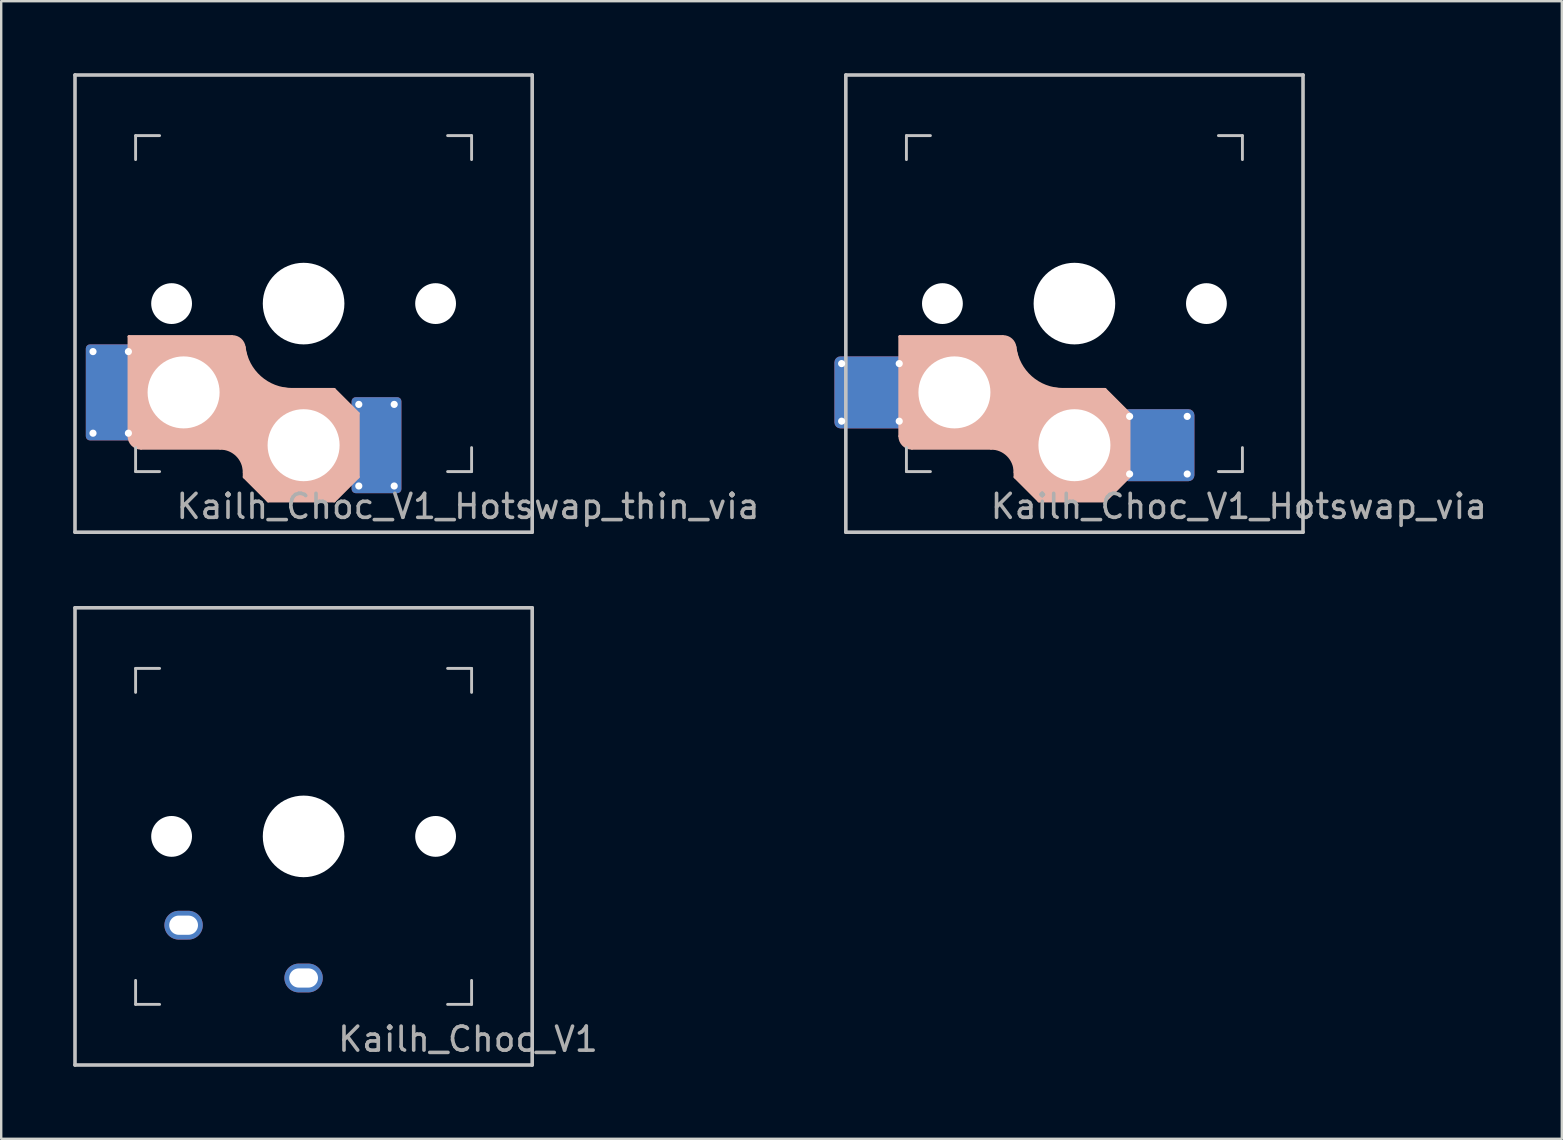
<source format=kicad_pcb>
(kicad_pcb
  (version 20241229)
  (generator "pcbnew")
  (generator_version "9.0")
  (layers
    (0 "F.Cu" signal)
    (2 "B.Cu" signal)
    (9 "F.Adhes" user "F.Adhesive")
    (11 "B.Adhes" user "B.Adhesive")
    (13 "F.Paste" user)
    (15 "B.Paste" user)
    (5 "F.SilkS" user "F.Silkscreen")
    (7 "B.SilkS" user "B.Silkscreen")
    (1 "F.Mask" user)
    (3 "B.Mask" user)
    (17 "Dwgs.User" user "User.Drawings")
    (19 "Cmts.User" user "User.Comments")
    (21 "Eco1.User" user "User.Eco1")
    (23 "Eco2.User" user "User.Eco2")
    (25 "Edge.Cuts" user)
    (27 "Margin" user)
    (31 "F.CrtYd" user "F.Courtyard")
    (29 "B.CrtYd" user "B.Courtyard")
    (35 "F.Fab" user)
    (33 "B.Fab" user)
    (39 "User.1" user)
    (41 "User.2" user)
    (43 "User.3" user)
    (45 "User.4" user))
  (footprint "Kailh_Choc_V1_Hotswap_via"
    (layer "F.Cu")
    (at 41.718 9.6)
    (property "Reference" "Kailh_Choc_V1_Hotswap_via" (at 6.85 8.45 0) (layer "F.Fab") (effects (font (size 1 1) (thickness 0.15))))
    (attr smd)
    (fp_line (start -9.5 2.9) (end -9.5 4.5) (stroke (width 0.12) (type solid)) (layer "B.Mask"))
    (fp_line (start -9.3 4.7) (end -7.7 4.7) (stroke (width 0.12) (type solid)) (layer "B.Mask"))
    (fp_line (start -7.7 2.7) (end -9.3 2.7) (stroke (width 0.12) (type solid)) (layer "B.Mask"))
    (fp_line (start -7.5 4.5) (end -7.5 2.9) (stroke (width 0.12) (type solid)) (layer "B.Mask"))
    (fp_line (start 2.5 5.1) (end 2.5 6.7) (stroke (width 0.12) (type solid)) (layer "B.Mask"))
    (fp_line (start 2.7 6.9) (end 4.3 6.9) (stroke (width 0.12) (type solid)) (layer "B.Mask"))
    (fp_line (start 4.3 4.9) (end 2.7 4.9) (stroke (width 0.12) (type solid)) (layer "B.Mask"))
    (fp_line (start 4.5 6.7) (end 4.5 5.1) (stroke (width 0.12) (type solid)) (layer "B.Mask"))
    (fp_arc (start -9.5 2.9) (mid -9.441421 2.758579) (end -9.3 2.7) (stroke (width 0.12) (type solid)) (layer "B.Mask"))
    (fp_arc (start -9.3 4.7) (mid -9.441421 4.641421) (end -9.5 4.5) (stroke (width 0.12) (type solid)) (layer "B.Mask"))
    (fp_arc (start -7.7 2.7) (mid -7.558579 2.758579) (end -7.5 2.9) (stroke (width 0.12) (type solid)) (layer "B.Mask"))
    (fp_arc (start -7.5 4.5) (mid -7.558579 4.641421) (end -7.7 4.7) (stroke (width 0.12) (type solid)) (layer "B.Mask"))
    (fp_arc (start 2.5 5.1) (mid 2.558579 4.958579) (end 2.7 4.9) (stroke (width 0.12) (type solid)) (layer "B.Mask"))
    (fp_arc (start 2.7 6.9) (mid 2.558579 6.841421) (end 2.5 6.7) (stroke (width 0.12) (type solid)) (layer "B.Mask"))
    (fp_arc (start 4.3 4.9) (mid 4.441421 4.958579) (end 4.5 5.1) (stroke (width 0.12) (type solid)) (layer "B.Mask"))
    (fp_arc (start 4.5 6.7) (mid 4.441421 6.841421) (end 4.3 6.9) (stroke (width 0.12) (type solid)) (layer "B.Mask"))
    (fp_poly (pts (xy -9.5 4.5) (xy -9.5 2.9) (xy -9.3 2.7) (xy -7.7 2.7) (xy -7.5 2.9) (xy -7.5 4.5) (xy -7.7 4.7) (xy -9.3 4.7)) (stroke (width 0.1) (type solid)) (fill yes) (layer "B.Mask"))
    (fp_poly (pts (xy 2.5 6.7) (xy 2.5 5.1) (xy 2.7 4.9) (xy 4.3 4.9) (xy 4.5 5.1) (xy 4.5 6.7) (xy 4.3 6.9) (xy 2.7 6.9)) (stroke (width 0.1) (type solid)) (fill yes) (layer "B.Mask"))
    (fp_line (start -7.275 1.375) (end -7.275 5.525) (stroke (width 0.12) (type solid)) (layer "B.SilkS"))
    (fp_line (start -6.775 6.025) (end -3.475 6.025) (stroke (width 0.12) (type solid)) (layer "B.SilkS"))
    (fp_line (start -3 1.375) (end -7.275 1.375) (stroke (width 0.12) (type solid)) (layer "B.SilkS"))
    (fp_line (start -2.475 7.225) (end -2.475 7.025) (stroke (width 0.12) (type solid)) (layer "B.SilkS"))
    (fp_line (start -1.475 8.225) (end -2.475 7.225) (stroke (width 0.12) (type solid)) (layer "B.SilkS"))
    (fp_line (start -0.489 3.575) (end 1.275 3.575) (stroke (width 0.12) (type solid)) (layer "B.SilkS"))
    (fp_line (start 1.275 3.575) (end 2.275 4.575) (stroke (width 0.12) (type solid)) (layer "B.SilkS"))
    (fp_line (start 1.275 8.225) (end -1.475 8.225) (stroke (width 0.12) (type solid)) (layer "B.SilkS"))
    (fp_line (start 2.275 4.575) (end 2.275 7.225) (stroke (width 0.12) (type solid)) (layer "B.SilkS"))
    (fp_line (start 2.275 7.225) (end 1.275 8.225) (stroke (width 0.12) (type solid)) (layer "B.SilkS"))
    (fp_arc (start -6.775 6.025) (mid -7.128553 5.878553) (end -7.275 5.525) (stroke (width 0.12) (type solid)) (layer "B.SilkS"))
    (fp_arc (start -3.475 6.025) (mid -2.767893 6.317893) (end -2.475 7.025) (stroke (width 0.12) (type solid)) (layer "B.SilkS"))
    (fp_arc (start -2.971387 1.375) (mid -2.63975 1.500812) (end -2.475008 1.814932) (stroke (width 0.12) (type solid)) (layer "B.SilkS"))
    (fp_arc (start -0.489452 3.575) (mid -1.815999 3.071754) (end -2.474967 1.815274) (stroke (width 0.12) (type solid)) (layer "B.SilkS"))
    (fp_poly (pts (xy -2.673 1.538) (xy -2.475 1.815) (xy -2.305 2.527) (xy -1.849 3.109) (xy -1.217 3.492) (xy -0.489 3.575) (xy 1.275 3.575) (xy 2.275 4.575) (xy 2.275 7.225) (xy 1.275 8.225) (xy -1.475 8.225) (xy -2.475 7.225) (xy -2.5 6.623) (xy -2.733 6.283) (xy -3.073 6.055) (xy -3.475 6.025) (xy -6.775 6.025) (xy -7.093 5.843) (xy -7.275 5.525) (xy -7.275 1.375) (xy -2.971 1.375)) (stroke (width 0.08) (type solid)) (fill yes) (layer "B.SilkS"))
    (fp_line (start -9.5 2.9) (end -9.5 4.5) (stroke (width 0.12) (type solid)) (layer "B.Paste"))
    (fp_line (start -9.3 4.7) (end -7.7 4.7) (stroke (width 0.12) (type solid)) (layer "B.Paste"))
    (fp_line (start -7.7 2.7) (end -9.3 2.7) (stroke (width 0.12) (type solid)) (layer "B.Paste"))
    (fp_line (start -7.5 4.5) (end -7.5 2.9) (stroke (width 0.12) (type solid)) (layer "B.Paste"))
    (fp_line (start 2.5 6.7) (end 2.5 5.1) (stroke (width 0.12) (type solid)) (layer "B.Paste"))
    (fp_line (start 2.7 4.9) (end 4.3 4.9) (stroke (width 0.12) (type solid)) (layer "B.Paste"))
    (fp_line (start 4.3 6.9) (end 2.7 6.9) (stroke (width 0.12) (type solid)) (layer "B.Paste"))
    (fp_line (start 4.5 5.1) (end 4.5 6.7) (stroke (width 0.12) (type solid)) (layer "B.Paste"))
    (fp_arc (start -9.5 2.9) (mid -9.441421 2.758579) (end -9.3 2.7) (stroke (width 0.12) (type solid)) (layer "B.Paste"))
    (fp_arc (start -9.3 4.7) (mid -9.441421 4.641421) (end -9.5 4.5) (stroke (width 0.12) (type solid)) (layer "B.Paste"))
    (fp_arc (start -7.7 2.7) (mid -7.558579 2.758579) (end -7.5 2.9) (stroke (width 0.12) (type solid)) (layer "B.Paste"))
    (fp_arc (start -7.5 4.5) (mid -7.558579 4.641421) (end -7.7 4.7) (stroke (width 0.12) (type solid)) (layer "B.Paste"))
    (fp_arc (start 2.5 5.1) (mid 2.558579 4.958579) (end 2.7 4.9) (stroke (width 0.12) (type solid)) (layer "B.Paste"))
    (fp_arc (start 2.7 6.9) (mid 2.558579 6.841421) (end 2.5 6.7) (stroke (width 0.12) (type solid)) (layer "B.Paste"))
    (fp_arc (start 4.3 4.9) (mid 4.441421 4.958579) (end 4.5 5.1) (stroke (width 0.12) (type solid)) (layer "B.Paste"))
    (fp_arc (start 4.5 6.7) (mid 4.441421 6.841421) (end 4.3 6.9) (stroke (width 0.12) (type solid)) (layer "B.Paste"))
    (fp_poly (pts (xy -9.5 4.5) (xy -9.5 2.9) (xy -9.3 2.7) (xy -7.7 2.7) (xy -7.5 2.9) (xy -7.5 4.5) (xy -7.7 4.7) (xy -9.3 4.7)) (stroke (width 0.1) (type solid)) (fill yes) (layer "B.Paste"))
    (fp_poly (pts (xy 2.5 6.7) (xy 2.5 5.1) (xy 2.7 4.9) (xy 4.3 4.9) (xy 4.5 5.1) (xy 4.5 6.7) (xy 4.3 6.9) (xy 2.7 6.9)) (stroke (width 0.1) (type solid)) (fill yes) (layer "B.Paste"))
    (fp_line (start -9.525 -9.525) (end 9.525 -9.525) (stroke (width 0.15) (type solid)) (layer "Dwgs.User"))
    (fp_line (start -9.525 9.525) (end -9.525 -9.525) (stroke (width 0.15) (type solid)) (layer "Dwgs.User"))
    (fp_line (start -7 -7) (end -7 -6) (stroke (width 0.12) (type solid)) (layer "Dwgs.User"))
    (fp_line (start -7 -7) (end -6 -7) (stroke (width 0.12) (type solid)) (layer "Dwgs.User"))
    (fp_line (start -7 7) (end -7 6) (stroke (width 0.12) (type solid)) (layer "Dwgs.User"))
    (fp_line (start -7 7) (end -6 7) (stroke (width 0.12) (type solid)) (layer "Dwgs.User"))
    (fp_line (start 7 -7) (end 6 -7) (stroke (width 0.12) (type solid)) (layer "Dwgs.User"))
    (fp_line (start 7 -7) (end 7 -6) (stroke (width 0.12) (type solid)) (layer "Dwgs.User"))
    (fp_line (start 7 7) (end 6 7) (stroke (width 0.12) (type solid)) (layer "Dwgs.User"))
    (fp_line (start 7 7) (end 7 6) (stroke (width 0.12) (type solid)) (layer "Dwgs.User"))
    (fp_line (start 9.525 -9.525) (end 9.525 9.525) (stroke (width 0.15) (type solid)) (layer "Dwgs.User"))
    (fp_line (start 9.525 9.525) (end -9.525 9.525) (stroke (width 0.15) (type solid)) (layer "Dwgs.User"))
    (pad "" np_thru_hole circle (at -5.5 0) (size 1.7 1.7) (drill 1.7) (layers "*.Cu" "*.Mask"))
    (pad "" np_thru_hole circle (at -5 3.7) (size 3 3) (drill 3) (layers "*.Cu" "*.Mask"))
    (pad "" np_thru_hole circle (at 0 0) (size 3.4 3.4) (drill 3.4) (layers "*.Cu" "*.Mask"))
    (pad "" np_thru_hole circle (at 0 5.9) (size 3 3) (drill 3) (layers "*.Cu" "*.Mask"))
    (pad "" np_thru_hole circle (at 5.5 0) (size 1.7 1.7) (drill 1.7) (layers "*.Cu" "*.Mask"))
    (pad "1" thru_hole circle (at -9.7 2.5 180) (size 0.5 0.5) (drill 0.3) (layers "*.Cu"))
    (pad "1" thru_hole circle (at -9.7 4.9 180) (size 0.5 0.5) (drill 0.3) (layers "*.Cu"))
    (pad "1" smd roundrect (at -8.5 3.7 180) (size 3 3) (layers "F.Cu") (roundrect_rratio 0.083))
    (pad "1" smd roundrect (at -8.5 3.7 180) (size 3 3) (layers "B.Cu") (roundrect_rratio 0.083))
    (pad "1" thru_hole circle (at -7.3 2.5 180) (size 0.5 0.5) (drill 0.3) (layers "*.Cu"))
    (pad "1" thru_hole circle (at -7.3 4.9 180) (size 0.5 0.5) (drill 0.3) (layers "*.Cu"))
    (pad "2" thru_hole circle (at 2.3 4.7 180) (size 0.5 0.5) (drill 0.3) (layers "*.Cu"))
    (pad "2" thru_hole circle (at 2.3 7.1 180) (size 0.5 0.5) (drill 0.3) (layers "*.Cu"))
    (pad "2" smd roundrect (at 3.5 5.9 180) (size 3 3) (layers "F.Cu") (roundrect_rratio 0.083))
    (pad "2" smd roundrect (at 3.5 5.9 180) (size 3 3) (layers "B.Cu") (roundrect_rratio 0.083))
    (pad "2" thru_hole circle (at 4.7 4.7 180) (size 0.5 0.5) (drill 0.3) (layers "*.Cu"))
    (pad "2" thru_hole circle (at 4.7 7.1 180) (size 0.5 0.5) (drill 0.3) (layers "*.Cu")))
  (footprint "Kailh_Choc_V1_Hotswap_thin_via"
    (layer "F.Cu")
    (at 9.6 9.6)
    (property "Reference" "Kailh_Choc_V1_Hotswap_thin_via" (at 6.85 8.45 0) (layer "F.Fab") (effects (font (size 1 1) (thickness 0.15))))
    (attr smd)
    (fp_line (start -9.015 2.65) (end -9.015 4.75) (stroke (width 0.12) (type solid)) (layer "B.Mask"))
    (fp_line (start -8.815 4.95) (end -7.7 4.95) (stroke (width 0.12) (type solid)) (layer "B.Mask"))
    (fp_line (start -7.7 2.45) (end -8.815 2.45) (stroke (width 0.12) (type solid)) (layer "B.Mask"))
    (fp_line (start -7.5 4.75) (end -7.5 2.65) (stroke (width 0.12) (type solid)) (layer "B.Mask"))
    (fp_line (start 2.5 4.85) (end 2.5 6.95) (stroke (width 0.12) (type solid)) (layer "B.Mask"))
    (fp_line (start 2.7 7.15) (end 3.815 7.15) (stroke (width 0.12) (type solid)) (layer "B.Mask"))
    (fp_line (start 3.815 4.65) (end 2.7 4.65) (stroke (width 0.12) (type solid)) (layer "B.Mask"))
    (fp_line (start 4.015 6.95) (end 4.015 4.85) (stroke (width 0.12) (type solid)) (layer "B.Mask"))
    (fp_arc (start -9.015 2.65) (mid -8.956421 2.508579) (end -8.815 2.45) (stroke (width 0.12) (type solid)) (layer "B.Mask"))
    (fp_arc (start -8.815 4.95) (mid -8.956421 4.891421) (end -9.015 4.75) (stroke (width 0.12) (type solid)) (layer "B.Mask"))
    (fp_arc (start -7.7 2.45) (mid -7.558579 2.508579) (end -7.5 2.65) (stroke (width 0.12) (type solid)) (layer "B.Mask"))
    (fp_arc (start -7.5 4.75) (mid -7.558579 4.891421) (end -7.7 4.95) (stroke (width 0.12) (type solid)) (layer "B.Mask"))
    (fp_arc (start 2.5 4.85) (mid 2.558579 4.708579) (end 2.7 4.65) (stroke (width 0.12) (type solid)) (layer "B.Mask"))
    (fp_arc (start 2.7 7.15) (mid 2.558579 7.091421) (end 2.5 6.95) (stroke (width 0.12) (type solid)) (layer "B.Mask"))
    (fp_arc (start 3.815 4.65) (mid 3.956421 4.708579) (end 4.015 4.85) (stroke (width 0.12) (type solid)) (layer "B.Mask"))
    (fp_arc (start 4.015 6.95) (mid 3.956421 7.091421) (end 3.815 7.15) (stroke (width 0.12) (type solid)) (layer "B.Mask"))
    (fp_poly (pts (xy -9.015 4.75) (xy -9.015 2.65) (xy -8.815 2.45) (xy -7.7 2.45) (xy -7.5 2.65) (xy -7.5 4.75) (xy -7.7 4.95) (xy -8.815 4.95)) (stroke (width 0.1) (type solid)) (fill yes) (layer "B.Mask"))
    (fp_poly (pts (xy 2.5 6.95) (xy 2.5 4.85) (xy 2.7 4.65) (xy 3.815 4.65) (xy 4.015 4.85) (xy 4.015 6.95) (xy 3.815 7.15) (xy 2.7 7.15)) (stroke (width 0.1) (type solid)) (fill yes) (layer "B.Mask"))
    (fp_line (start -7.275 1.375) (end -7.275 5.525) (stroke (width 0.12) (type solid)) (layer "B.SilkS"))
    (fp_line (start -6.775 6.025) (end -3.475 6.025) (stroke (width 0.12) (type solid)) (layer "B.SilkS"))
    (fp_line (start -3 1.375) (end -7.275 1.375) (stroke (width 0.12) (type solid)) (layer "B.SilkS"))
    (fp_line (start -2.475 7.225) (end -2.475 7.025) (stroke (width 0.12) (type solid)) (layer "B.SilkS"))
    (fp_line (start -1.475 8.225) (end -2.475 7.225) (stroke (width 0.12) (type solid)) (layer "B.SilkS"))
    (fp_line (start -0.489 3.575) (end 1.275 3.575) (stroke (width 0.12) (type solid)) (layer "B.SilkS"))
    (fp_line (start 1.275 3.575) (end 2.275 4.575) (stroke (width 0.12) (type solid)) (layer "B.SilkS"))
    (fp_line (start 1.275 8.225) (end -1.475 8.225) (stroke (width 0.12) (type solid)) (layer "B.SilkS"))
    (fp_line (start 2.275 4.575) (end 2.275 7.225) (stroke (width 0.12) (type solid)) (layer "B.SilkS"))
    (fp_line (start 2.275 7.225) (end 1.275 8.225) (stroke (width 0.12) (type solid)) (layer "B.SilkS"))
    (fp_arc (start -6.775 6.025) (mid -7.128553 5.878553) (end -7.275 5.525) (stroke (width 0.12) (type solid)) (layer "B.SilkS"))
    (fp_arc (start -3.475 6.025) (mid -2.767893 6.317893) (end -2.475 7.025) (stroke (width 0.12) (type solid)) (layer "B.SilkS"))
    (fp_arc (start -2.971387 1.375) (mid -2.63975 1.500812) (end -2.475008 1.814932) (stroke (width 0.12) (type solid)) (layer "B.SilkS"))
    (fp_arc (start -0.489452 3.575) (mid -1.815999 3.071754) (end -2.474967 1.815274) (stroke (width 0.12) (type solid)) (layer "B.SilkS"))
    (fp_poly (pts (xy -2.673 1.538) (xy -2.475 1.815) (xy -2.305 2.527) (xy -1.849 3.109) (xy -1.217 3.492) (xy -0.489 3.575) (xy 1.275 3.575) (xy 2.275 4.575) (xy 2.275 7.225) (xy 1.275 8.225) (xy -1.475 8.225) (xy -2.475 7.225) (xy -2.5 6.623) (xy -2.733 6.283) (xy -3.073 6.055) (xy -3.475 6.025) (xy -6.775 6.025) (xy -7.093 5.843) (xy -7.275 5.525) (xy -7.275 1.375) (xy -2.971 1.375)) (stroke (width 0.08) (type solid)) (fill yes) (layer "B.SilkS"))
    (fp_line (start -9.015 2.65) (end -9.015 4.75) (stroke (width 0.12) (type solid)) (layer "B.Paste"))
    (fp_line (start -8.815 4.95) (end -7.7 4.95) (stroke (width 0.12) (type solid)) (layer "B.Paste"))
    (fp_line (start -7.7 2.45) (end -8.815 2.45) (stroke (width 0.12) (type solid)) (layer "B.Paste"))
    (fp_line (start -7.5 4.75) (end -7.5 2.65) (stroke (width 0.12) (type solid)) (layer "B.Paste"))
    (fp_line (start 2.5 6.95) (end 2.5 4.85) (stroke (width 0.12) (type solid)) (layer "B.Paste"))
    (fp_line (start 2.7 4.65) (end 3.815 4.65) (stroke (width 0.12) (type solid)) (layer "B.Paste"))
    (fp_line (start 3.815 7.15) (end 2.7 7.15) (stroke (width 0.12) (type solid)) (layer "B.Paste"))
    (fp_line (start 4.015 4.85) (end 4.015 6.95) (stroke (width 0.12) (type solid)) (layer "B.Paste"))
    (fp_arc (start -9.015 2.65) (mid -8.956421 2.508579) (end -8.815 2.45) (stroke (width 0.12) (type solid)) (layer "B.Paste"))
    (fp_arc (start -8.815 4.95) (mid -8.956421 4.891421) (end -9.015 4.75) (stroke (width 0.12) (type solid)) (layer "B.Paste"))
    (fp_arc (start -7.7 2.45) (mid -7.558579 2.508579) (end -7.5 2.65) (stroke (width 0.12) (type solid)) (layer "B.Paste"))
    (fp_arc (start -7.5 4.75) (mid -7.558579 4.891421) (end -7.7 4.95) (stroke (width 0.12) (type solid)) (layer "B.Paste"))
    (fp_arc (start 2.5 4.85) (mid 2.558579 4.708579) (end 2.7 4.65) (stroke (width 0.12) (type solid)) (layer "B.Paste"))
    (fp_arc (start 2.7 7.15) (mid 2.558579 7.091421) (end 2.5 6.95) (stroke (width 0.12) (type solid)) (layer "B.Paste"))
    (fp_arc (start 3.815 4.65) (mid 3.956421 4.708579) (end 4.015 4.85) (stroke (width 0.12) (type solid)) (layer "B.Paste"))
    (fp_arc (start 4.015 6.95) (mid 3.956421 7.091421) (end 3.815 7.15) (stroke (width 0.12) (type solid)) (layer "B.Paste"))
    (fp_poly (pts (xy -9.015 4.75) (xy -9.015 2.65) (xy -8.815 2.45) (xy -7.7 2.45) (xy -7.5 2.65) (xy -7.5 4.75) (xy -7.7 4.95) (xy -8.815 4.95)) (stroke (width 0.1) (type solid)) (fill yes) (layer "B.Paste"))
    (fp_poly (pts (xy 2.5 6.95) (xy 2.5 4.85) (xy 2.7 4.65) (xy 3.815 4.65) (xy 4.015 4.85) (xy 4.015 6.95) (xy 3.815 7.15) (xy 2.7 7.15)) (stroke (width 0.1) (type solid)) (fill yes) (layer "B.Paste"))
    (fp_line (start -9.525 -9.525) (end 9.525 -9.525) (stroke (width 0.15) (type solid)) (layer "Dwgs.User"))
    (fp_line (start -9.525 9.525) (end -9.525 -9.525) (stroke (width 0.15) (type solid)) (layer "Dwgs.User"))
    (fp_line (start -7 -7) (end -7 -6) (stroke (width 0.12) (type solid)) (layer "Dwgs.User"))
    (fp_line (start -7 -7) (end -6 -7) (stroke (width 0.12) (type solid)) (layer "Dwgs.User"))
    (fp_line (start -7 7) (end -7 6) (stroke (width 0.12) (type solid)) (layer "Dwgs.User"))
    (fp_line (start -7 7) (end -6 7) (stroke (width 0.12) (type solid)) (layer "Dwgs.User"))
    (fp_line (start 7 -7) (end 6 -7) (stroke (width 0.12) (type solid)) (layer "Dwgs.User"))
    (fp_line (start 7 -7) (end 7 -6) (stroke (width 0.12) (type solid)) (layer "Dwgs.User"))
    (fp_line (start 7 7) (end 6 7) (stroke (width 0.12) (type solid)) (layer "Dwgs.User"))
    (fp_line (start 7 7) (end 7 6) (stroke (width 0.12) (type solid)) (layer "Dwgs.User"))
    (fp_line (start 9.525 -9.525) (end 9.525 9.525) (stroke (width 0.15) (type solid)) (layer "Dwgs.User"))
    (fp_line (start 9.525 9.525) (end -9.525 9.525) (stroke (width 0.15) (type solid)) (layer "Dwgs.User"))
    (pad "" np_thru_hole circle (at -5.5 0) (size 1.7 1.7) (drill 1.7) (layers "*.Cu" "*.Mask"))
    (pad "" np_thru_hole circle (at -5 3.7) (size 3 3) (drill 3) (layers "*.Cu" "*.Mask"))
    (pad "" np_thru_hole circle (at 0 0) (size 3.4 3.4) (drill 3.4) (layers "*.Cu" "*.Mask"))
    (pad "" np_thru_hole circle (at 0 5.9) (size 3 3) (drill 3) (layers "*.Cu" "*.Mask"))
    (pad "" np_thru_hole circle (at 5.5 0) (size 1.7 1.7) (drill 1.7) (layers "*.Cu" "*.Mask"))
    (pad "1" thru_hole circle (at -8.775 2 180) (size 0.5 0.5) (drill 0.3) (layers "*.Cu"))
    (pad "1" thru_hole circle (at -8.775 5.4 180) (size 0.5 0.5) (drill 0.3) (layers "*.Cu"))
    (pad "1" smd roundrect (at -8.037 3.7 180) (size 2.075 4) (layers "F.Cu") (roundrect_rratio 0.083))
    (pad "1" smd roundrect (at -8.037 3.7 180) (size 2.075 4) (layers "B.Cu") (roundrect_rratio 0.083))
    (pad "1" thru_hole circle (at -7.3 2 180) (size 0.5 0.5) (drill 0.3) (layers "*.Cu"))
    (pad "1" thru_hole circle (at -7.3 5.4 180) (size 0.5 0.5) (drill 0.3) (layers "*.Cu"))
    (pad "2" thru_hole circle (at 2.3 4.2 180) (size 0.5 0.5) (drill 0.3) (layers "*.Cu"))
    (pad "2" thru_hole circle (at 2.3 7.6 180) (size 0.5 0.5) (drill 0.3) (layers "*.Cu"))
    (pad "2" smd roundrect (at 3.038 5.9 180) (size 2.075 4) (layers "F.Cu") (roundrect_rratio 0.083))
    (pad "2" smd roundrect (at 3.038 5.9 180) (size 2.075 4) (layers "B.Cu") (roundrect_rratio 0.083))
    (pad "2" thru_hole circle (at 3.775 4.2 180) (size 0.5 0.5) (drill 0.3) (layers "*.Cu"))
    (pad "2" thru_hole circle (at 3.775 7.6 180) (size 0.5 0.5) (drill 0.3) (layers "*.Cu")))
  (footprint "Kailh_Choc_V1"
    (layer "F.Cu")
    (at 9.6 31.8)
    (property "Reference" "Kailh_Choc_V1" (at 6.85 8.45 0) (layer "F.Fab") (effects (font (size 1 1) (thickness 0.15))))
    (attr smd)
    (fp_line (start -9.525 -9.525) (end 9.525 -9.525) (stroke (width 0.15) (type solid)) (layer "Dwgs.User"))
    (fp_line (start -9.525 9.525) (end -9.525 -9.525) (stroke (width 0.15) (type solid)) (layer "Dwgs.User"))
    (fp_line (start -7 -7) (end -7 -6) (stroke (width 0.12) (type solid)) (layer "Dwgs.User"))
    (fp_line (start -7 -7) (end -6 -7) (stroke (width 0.12) (type solid)) (layer "Dwgs.User"))
    (fp_line (start -7 7) (end -7 6) (stroke (width 0.12) (type solid)) (layer "Dwgs.User"))
    (fp_line (start -7 7) (end -6 7) (stroke (width 0.12) (type solid)) (layer "Dwgs.User"))
    (fp_line (start 7 -7) (end 6 -7) (stroke (width 0.12) (type solid)) (layer "Dwgs.User"))
    (fp_line (start 7 -7) (end 7 -6) (stroke (width 0.12) (type solid)) (layer "Dwgs.User"))
    (fp_line (start 7 7) (end 6 7) (stroke (width 0.12) (type solid)) (layer "Dwgs.User"))
    (fp_line (start 7 7) (end 7 6) (stroke (width 0.12) (type solid)) (layer "Dwgs.User"))
    (fp_line (start 9.525 -9.525) (end 9.525 9.525) (stroke (width 0.15) (type solid)) (layer "Dwgs.User"))
    (fp_line (start 9.525 9.525) (end -9.525 9.525) (stroke (width 0.15) (type solid)) (layer "Dwgs.User"))
    (pad "" np_thru_hole circle (at -5.5 0) (size 1.7 1.7) (drill 1.7) (layers "*.Cu" "*.Mask"))
    (pad "" np_thru_hole circle (at 0 0) (size 3.4 3.4) (drill 3.4) (layers "*.Cu" "*.Mask"))
    (pad "" np_thru_hole circle (at 5.5 0) (size 1.7 1.7) (drill 1.7) (layers "*.Cu" "*.Mask"))
    (pad "1" thru_hole oval (at -5 3.7) (size 1.6 1.2) (drill oval 1.2 0.8) (layers "*.Cu" "*.Mask"))
    (pad "2" thru_hole oval (at 0 5.9) (size 1.6 1.2) (drill oval 1.2 0.8) (layers "*.Cu" "*.Mask")))
  (gr_rect
    (start -3 -3)
    (end 62.026 44.4)
    (stroke (width 0.1) (type default))
    (fill no)
    (layer "Edge.Cuts")))
</source>
